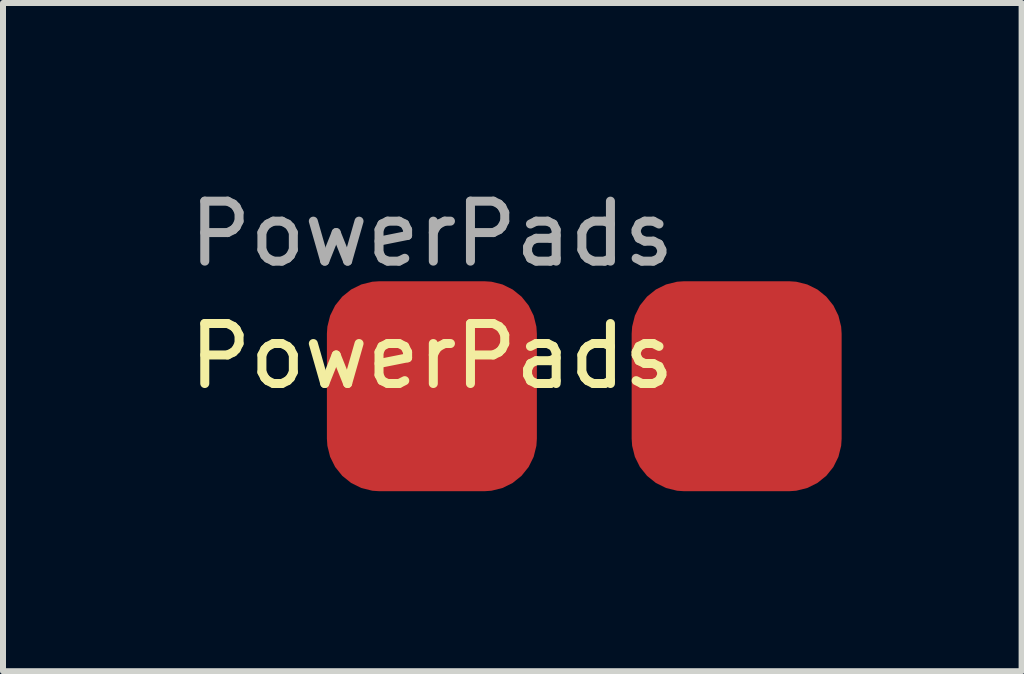
<source format=kicad_pcb>
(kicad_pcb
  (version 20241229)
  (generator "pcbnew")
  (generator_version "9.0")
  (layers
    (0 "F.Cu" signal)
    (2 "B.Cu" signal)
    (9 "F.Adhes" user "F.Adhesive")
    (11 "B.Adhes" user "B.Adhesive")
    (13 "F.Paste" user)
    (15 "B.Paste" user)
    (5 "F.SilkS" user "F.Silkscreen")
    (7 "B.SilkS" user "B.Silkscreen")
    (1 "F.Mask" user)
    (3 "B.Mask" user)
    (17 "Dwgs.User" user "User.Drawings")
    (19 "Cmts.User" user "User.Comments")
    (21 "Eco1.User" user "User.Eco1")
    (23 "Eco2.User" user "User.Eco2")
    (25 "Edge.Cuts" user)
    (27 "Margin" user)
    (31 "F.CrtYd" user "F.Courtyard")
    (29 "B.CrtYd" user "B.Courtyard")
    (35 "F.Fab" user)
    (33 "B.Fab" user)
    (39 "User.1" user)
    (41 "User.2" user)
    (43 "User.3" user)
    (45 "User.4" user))
  (footprint "PowerPads"
    (layer "F.Cu")
    (at 4.149 3.388)
    (property "Reference" "PowerPads" (at 0 -0.5 0) (unlocked yes) (layer "F.SilkS") (effects (font (size 1 1) (thickness 0.15))))
    (attr smd)
    (fp_text user "${REFERENCE}" (at 0 -2.54 0) (unlocked yes) (layer "F.Fab") (effects (font (size 1 1) (thickness 0.15))))
    (pad "1" smd roundrect (at 0 0) (size 3.5 3.5) (layers "F.Cu" "F.Mask" "F.Paste") (roundrect_rratio 0.25))
    (pad "2" smd roundrect (at 5.08 0) (size 3.5 3.5) (layers "F.Cu" "F.Mask" "F.Paste") (roundrect_rratio 0.25)))
  (gr_rect
    (start -3 -3)
    (end 13.979 8.138)
    (stroke (width 0.1) (type default))
    (fill no)
    (layer "Edge.Cuts")))
</source>
